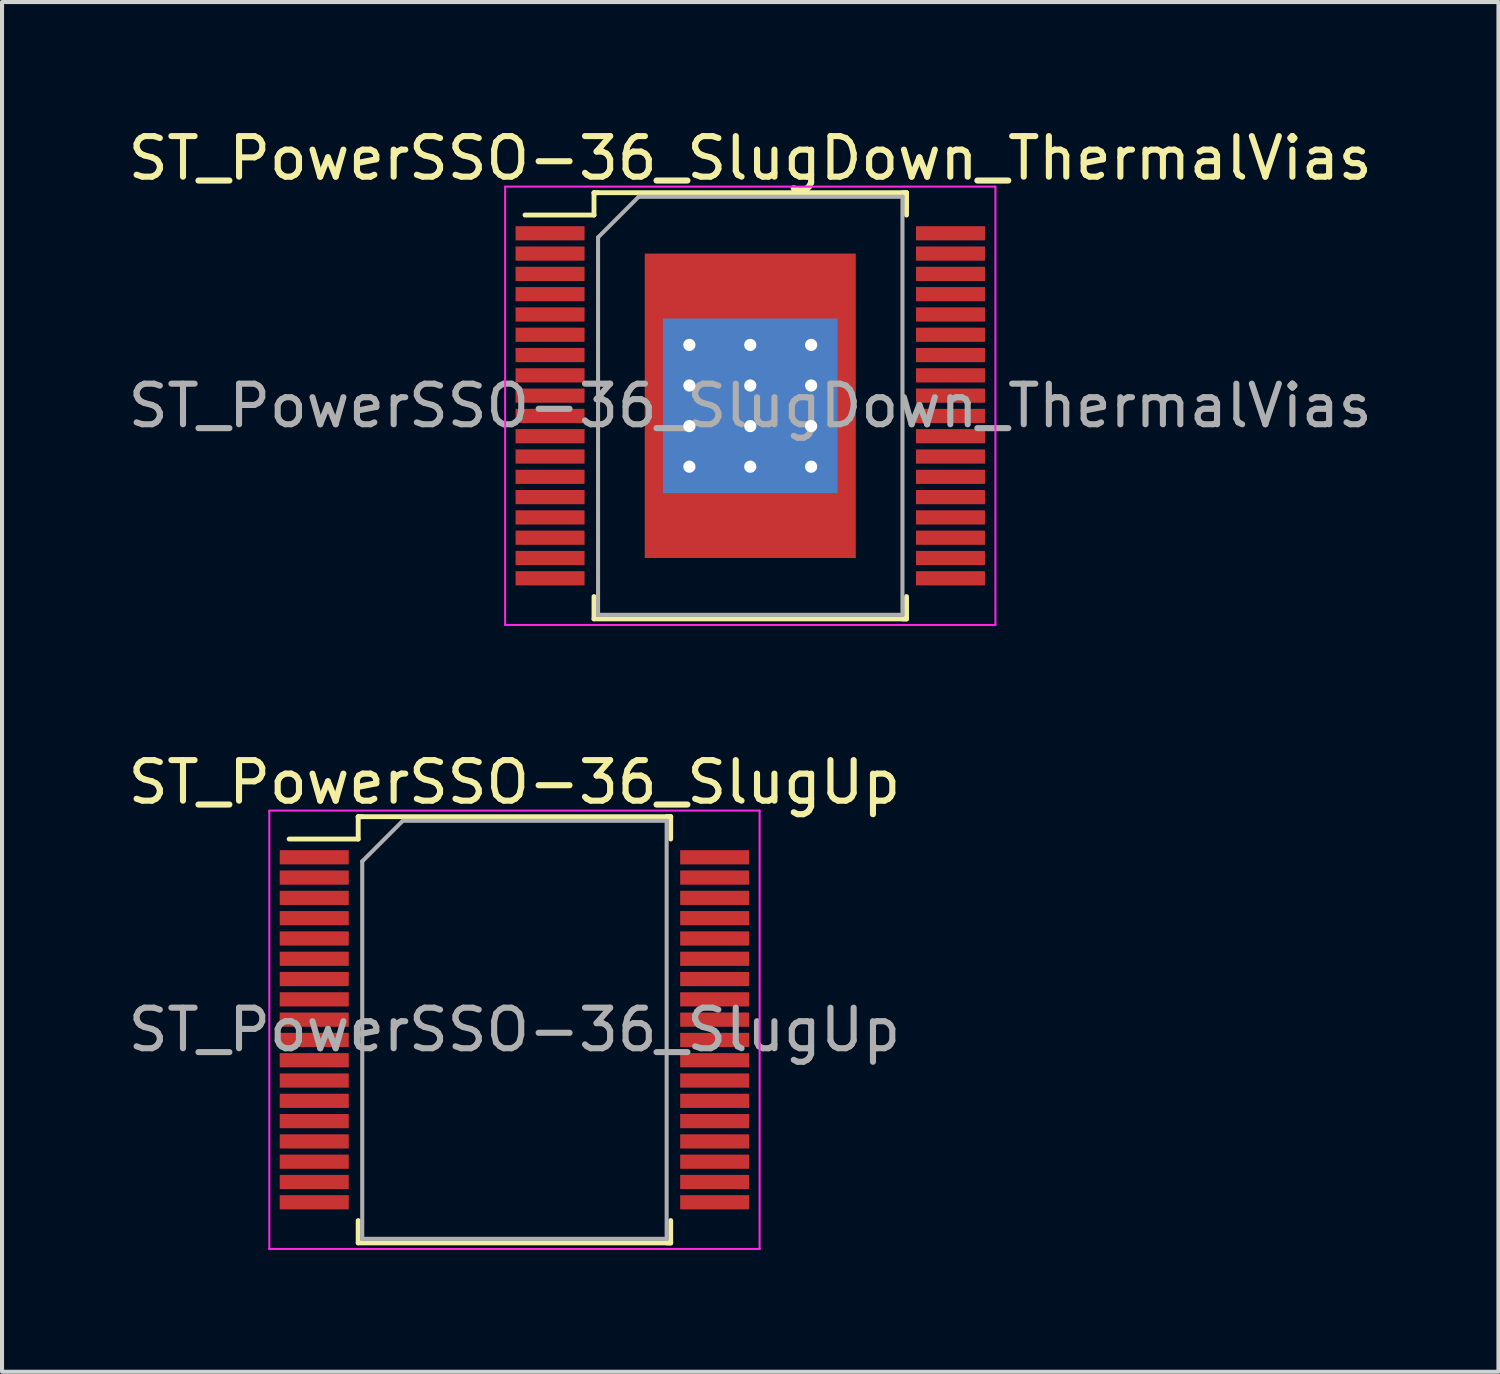
<source format=kicad_pcb>
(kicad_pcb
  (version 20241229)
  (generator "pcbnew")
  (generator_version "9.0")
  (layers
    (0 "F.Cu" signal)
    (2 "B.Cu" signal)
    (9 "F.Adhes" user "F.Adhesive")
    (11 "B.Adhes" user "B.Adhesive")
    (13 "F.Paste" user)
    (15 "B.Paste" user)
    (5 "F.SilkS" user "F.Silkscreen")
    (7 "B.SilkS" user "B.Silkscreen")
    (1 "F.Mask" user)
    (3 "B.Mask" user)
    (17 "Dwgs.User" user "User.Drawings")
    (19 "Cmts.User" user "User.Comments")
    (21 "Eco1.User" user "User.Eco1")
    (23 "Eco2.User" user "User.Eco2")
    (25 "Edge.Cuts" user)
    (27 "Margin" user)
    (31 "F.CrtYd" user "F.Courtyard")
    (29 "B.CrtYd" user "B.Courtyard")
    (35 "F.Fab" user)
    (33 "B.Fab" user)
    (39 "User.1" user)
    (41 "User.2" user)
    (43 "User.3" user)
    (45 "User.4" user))
  (footprint "ST_PowerSSO-36_SlugDown_ThermalVias"
    (layer "F.Cu")
    (at 15.435 6.948)
    (property "Reference" "ST_PowerSSO-36_SlugDown_ThermalVias" (at 0 -6.1 0) (layer "F.SilkS") (effects (font (size 1 1) (thickness 0.15))))
    (attr smd)
    (fp_line (start -3.85 -5.25) (end -3.85 -4.7) (stroke (width 0.12) (type solid)) (layer "F.SilkS"))
    (fp_line (start -3.85 -4.7) (end -5.55 -4.7) (stroke (width 0.12) (type solid)) (layer "F.SilkS"))
    (fp_line (start -3.85 5.25) (end -3.85 4.7) (stroke (width 0.12) (type solid)) (layer "F.SilkS"))
    (fp_line (start -3.75 -5.25) (end -3.85 -5.25) (stroke (width 0.12) (type solid)) (layer "F.SilkS"))
    (fp_line (start 3.75 -5.25) (end 3.85 -5.25) (stroke (width 0.12) (type solid)) (layer "F.SilkS"))
    (fp_line (start 3.75 5.25) (end 3.85 5.25) (stroke (width 0.12) (type solid)) (layer "F.SilkS"))
    (fp_line (start 3.85 -5.25) (end -3.85 -5.25) (stroke (width 0.12) (type solid)) (layer "F.SilkS"))
    (fp_line (start 3.85 -5.25) (end 3.85 -4.7) (stroke (width 0.12) (type solid)) (layer "F.SilkS"))
    (fp_line (start 3.85 5.25) (end -3.85 5.25) (stroke (width 0.12) (type solid)) (layer "F.SilkS"))
    (fp_line (start 3.85 5.25) (end 3.85 4.7) (stroke (width 0.12) (type solid)) (layer "F.SilkS"))
    (fp_line (start -6.04 -5.4) (end -6.04 5.4) (stroke (width 0.05) (type solid)) (layer "F.CrtYd"))
    (fp_line (start -6.04 -5.4) (end 6.04 -5.4) (stroke (width 0.05) (type solid)) (layer "F.CrtYd"))
    (fp_line (start 6.04 5.4) (end -6.04 5.4) (stroke (width 0.05) (type solid)) (layer "F.CrtYd"))
    (fp_line (start 6.04 5.4) (end 6.04 -5.4) (stroke (width 0.05) (type solid)) (layer "F.CrtYd"))
    (fp_line (start -3.75 -4.15) (end -3.75 5.15) (stroke (width 0.1) (type solid)) (layer "F.Fab"))
    (fp_line (start -3.75 5.15) (end 3.75 5.15) (stroke (width 0.1) (type solid)) (layer "F.Fab"))
    (fp_line (start -2.75 -5.15) (end -3.75 -4.15) (stroke (width 0.1) (type solid)) (layer "F.Fab"))
    (fp_line (start 3.75 -5.15) (end -2.75 -5.15) (stroke (width 0.1) (type solid)) (layer "F.Fab"))
    (fp_line (start 3.75 5.15) (end 3.75 -5.15) (stroke (width 0.1) (type solid)) (layer "F.Fab"))
    (fp_text user "${REFERENCE}" (at 0 0 0) (layer "F.Fab") (effects (font (size 1 1) (thickness 0.15))))
    (pad "1" smd rect (at -4.933 -4.25) (size 1.7 0.35) (layers "F.Cu" "F.Mask" "F.Paste"))
    (pad "2" smd rect (at -4.933 -3.75) (size 1.7 0.35) (layers "F.Cu" "F.Mask" "F.Paste"))
    (pad "3" smd rect (at -4.933 -3.25) (size 1.7 0.35) (layers "F.Cu" "F.Mask" "F.Paste"))
    (pad "4" smd rect (at -4.933 -2.75) (size 1.7 0.35) (layers "F.Cu" "F.Mask" "F.Paste"))
    (pad "5" smd rect (at -4.933 -2.25) (size 1.7 0.35) (layers "F.Cu" "F.Mask" "F.Paste"))
    (pad "6" smd rect (at -4.933 -1.75) (size 1.7 0.35) (layers "F.Cu" "F.Mask" "F.Paste"))
    (pad "7" smd rect (at -4.933 -1.25) (size 1.7 0.35) (layers "F.Cu" "F.Mask" "F.Paste"))
    (pad "8" smd rect (at -4.933 -0.75) (size 1.7 0.35) (layers "F.Cu" "F.Mask" "F.Paste"))
    (pad "9" smd rect (at -4.933 -0.25) (size 1.7 0.35) (layers "F.Cu" "F.Mask" "F.Paste"))
    (pad "10" smd rect (at -4.933 0.25) (size 1.7 0.35) (layers "F.Cu" "F.Mask" "F.Paste"))
    (pad "11" smd rect (at -4.933 0.75) (size 1.7 0.35) (layers "F.Cu" "F.Mask" "F.Paste"))
    (pad "12" smd rect (at -4.933 1.25) (size 1.7 0.35) (layers "F.Cu" "F.Mask" "F.Paste"))
    (pad "13" smd rect (at -4.933 1.75) (size 1.7 0.35) (layers "F.Cu" "F.Mask" "F.Paste"))
    (pad "14" smd rect (at -4.933 2.25) (size 1.7 0.35) (layers "F.Cu" "F.Mask" "F.Paste"))
    (pad "15" smd rect (at -4.933 2.75) (size 1.7 0.35) (layers "F.Cu" "F.Mask" "F.Paste"))
    (pad "16" smd rect (at -4.933 3.25) (size 1.7 0.35) (layers "F.Cu" "F.Mask" "F.Paste"))
    (pad "17" smd rect (at -4.933 3.75) (size 1.7 0.35) (layers "F.Cu" "F.Mask" "F.Paste"))
    (pad "18" smd rect (at -4.933 4.25) (size 1.7 0.35) (layers "F.Cu" "F.Mask" "F.Paste"))
    (pad "19" smd rect (at 4.933 4.25) (size 1.7 0.35) (layers "F.Cu" "F.Mask" "F.Paste"))
    (pad "20" smd rect (at 4.933 3.75) (size 1.7 0.35) (layers "F.Cu" "F.Mask" "F.Paste"))
    (pad "21" smd rect (at 4.933 3.25) (size 1.7 0.35) (layers "F.Cu" "F.Mask" "F.Paste"))
    (pad "22" smd rect (at 4.933 2.75) (size 1.7 0.35) (layers "F.Cu" "F.Mask" "F.Paste"))
    (pad "23" smd rect (at 4.933 2.25) (size 1.7 0.35) (layers "F.Cu" "F.Mask" "F.Paste"))
    (pad "24" smd rect (at 4.933 1.75) (size 1.7 0.35) (layers "F.Cu" "F.Mask" "F.Paste"))
    (pad "25" smd rect (at 4.933 1.25) (size 1.7 0.35) (layers "F.Cu" "F.Mask" "F.Paste"))
    (pad "26" smd rect (at 4.933 0.75) (size 1.7 0.35) (layers "F.Cu" "F.Mask" "F.Paste"))
    (pad "27" smd rect (at 4.933 0.25) (size 1.7 0.35) (layers "F.Cu" "F.Mask" "F.Paste"))
    (pad "28" smd rect (at 4.933 -0.25) (size 1.7 0.35) (layers "F.Cu" "F.Mask" "F.Paste"))
    (pad "29" smd rect (at 4.933 -0.75) (size 1.7 0.35) (layers "F.Cu" "F.Mask" "F.Paste"))
    (pad "30" smd rect (at 4.933 -1.25) (size 1.7 0.35) (layers "F.Cu" "F.Mask" "F.Paste"))
    (pad "31" smd rect (at 4.933 -1.75) (size 1.7 0.35) (layers "F.Cu" "F.Mask" "F.Paste"))
    (pad "32" smd rect (at 4.933 -2.25) (size 1.7 0.35) (layers "F.Cu" "F.Mask" "F.Paste"))
    (pad "33" smd rect (at 4.933 -2.75) (size 1.7 0.35) (layers "F.Cu" "F.Mask" "F.Paste"))
    (pad "34" smd rect (at 4.933 -3.25) (size 1.7 0.35) (layers "F.Cu" "F.Mask" "F.Paste"))
    (pad "35" smd rect (at 4.933 -3.75) (size 1.7 0.35) (layers "F.Cu" "F.Mask" "F.Paste"))
    (pad "36" smd rect (at 4.933 -4.25) (size 1.7 0.35) (layers "F.Cu" "F.Mask" "F.Paste"))
    (pad "37" thru_hole circle (at -1.5 -1.5) (size 0.6 0.6) (drill 0.3) (layers "*.Cu"))
    (pad "37" thru_hole circle (at -1.5 -0.5) (size 0.6 0.6) (drill 0.3) (layers "*.Cu"))
    (pad "37" thru_hole circle (at -1.5 0.5) (size 0.6 0.6) (drill 0.3) (layers "*.Cu"))
    (pad "37" thru_hole circle (at -1.5 1.5) (size 0.6 0.6) (drill 0.3) (layers "*.Cu"))
    (pad "37" thru_hole circle (at 0 -1.5) (size 0.6 0.6) (drill 0.3) (layers "*.Cu"))
    (pad "37" thru_hole circle (at 0 -0.5) (size 0.6 0.6) (drill 0.3) (layers "*.Cu"))
    (pad "37" smd rect (at 0 0) (size 4.3 4.3) (layers "B.Cu"))
    (pad "37" smd rect (at 0 0) (size 5.2 7.5) (layers "F.Cu" "F.Mask" "F.Paste"))
    (pad "37" thru_hole circle (at 0 0.5) (size 0.6 0.6) (drill 0.3) (layers "*.Cu"))
    (pad "37" thru_hole circle (at 0 1.5) (size 0.6 0.6) (drill 0.3) (layers "*.Cu"))
    (pad "37" thru_hole circle (at 1.5 -1.5) (size 0.6 0.6) (drill 0.3) (layers "*.Cu"))
    (pad "37" thru_hole circle (at 1.5 -0.5) (size 0.6 0.6) (drill 0.3) (layers "*.Cu"))
    (pad "37" thru_hole circle (at 1.5 0.5) (size 0.6 0.6) (drill 0.3) (layers "*.Cu"))
    (pad "37" thru_hole circle (at 1.5 1.5) (size 0.6 0.6) (drill 0.3) (layers "*.Cu")))
  (footprint "ST_PowerSSO-36_SlugUp"
    (layer "F.Cu")
    (at 9.625 22.322)
    (property "Reference" "ST_PowerSSO-36_SlugUp" (at 0 -6.1 0) (layer "F.SilkS") (effects (font (size 1 1) (thickness 0.15))))
    (attr smd)
    (fp_line (start -3.85 -5.25) (end -3.85 -4.7) (stroke (width 0.12) (type solid)) (layer "F.SilkS"))
    (fp_line (start -3.85 -4.7) (end -5.55 -4.7) (stroke (width 0.12) (type solid)) (layer "F.SilkS"))
    (fp_line (start -3.85 5.25) (end -3.85 4.7) (stroke (width 0.12) (type solid)) (layer "F.SilkS"))
    (fp_line (start -3.75 -5.25) (end -3.85 -5.25) (stroke (width 0.12) (type solid)) (layer "F.SilkS"))
    (fp_line (start 3.75 -5.25) (end 3.85 -5.25) (stroke (width 0.12) (type solid)) (layer "F.SilkS"))
    (fp_line (start 3.75 5.25) (end 3.85 5.25) (stroke (width 0.12) (type solid)) (layer "F.SilkS"))
    (fp_line (start 3.85 -5.25) (end -3.85 -5.25) (stroke (width 0.12) (type solid)) (layer "F.SilkS"))
    (fp_line (start 3.85 -5.25) (end 3.85 -4.7) (stroke (width 0.12) (type solid)) (layer "F.SilkS"))
    (fp_line (start 3.85 5.25) (end -3.85 5.25) (stroke (width 0.12) (type solid)) (layer "F.SilkS"))
    (fp_line (start 3.85 5.25) (end 3.85 4.7) (stroke (width 0.12) (type solid)) (layer "F.SilkS"))
    (fp_line (start -6.04 -5.4) (end -6.04 5.4) (stroke (width 0.05) (type solid)) (layer "F.CrtYd"))
    (fp_line (start -6.04 -5.4) (end 6.04 -5.4) (stroke (width 0.05) (type solid)) (layer "F.CrtYd"))
    (fp_line (start 6.04 5.4) (end -6.04 5.4) (stroke (width 0.05) (type solid)) (layer "F.CrtYd"))
    (fp_line (start 6.04 5.4) (end 6.04 -5.4) (stroke (width 0.05) (type solid)) (layer "F.CrtYd"))
    (fp_line (start -3.75 -4.15) (end -3.75 5.15) (stroke (width 0.1) (type solid)) (layer "F.Fab"))
    (fp_line (start -3.75 5.15) (end 3.75 5.15) (stroke (width 0.1) (type solid)) (layer "F.Fab"))
    (fp_line (start -2.75 -5.15) (end -3.75 -4.15) (stroke (width 0.1) (type solid)) (layer "F.Fab"))
    (fp_line (start 3.75 -5.15) (end -2.75 -5.15) (stroke (width 0.1) (type solid)) (layer "F.Fab"))
    (fp_line (start 3.75 5.15) (end 3.75 -5.15) (stroke (width 0.1) (type solid)) (layer "F.Fab"))
    (fp_text user "${REFERENCE}" (at 0 0 0) (layer "F.Fab") (effects (font (size 1 1) (thickness 0.15))))
    (pad "1" smd rect (at -4.933 -4.25) (size 1.7 0.35) (layers "F.Cu" "F.Mask" "F.Paste"))
    (pad "2" smd rect (at -4.933 -3.75) (size 1.7 0.35) (layers "F.Cu" "F.Mask" "F.Paste"))
    (pad "3" smd rect (at -4.933 -3.25) (size 1.7 0.35) (layers "F.Cu" "F.Mask" "F.Paste"))
    (pad "4" smd rect (at -4.933 -2.75) (size 1.7 0.35) (layers "F.Cu" "F.Mask" "F.Paste"))
    (pad "5" smd rect (at -4.933 -2.25) (size 1.7 0.35) (layers "F.Cu" "F.Mask" "F.Paste"))
    (pad "6" smd rect (at -4.933 -1.75) (size 1.7 0.35) (layers "F.Cu" "F.Mask" "F.Paste"))
    (pad "7" smd rect (at -4.933 -1.25) (size 1.7 0.35) (layers "F.Cu" "F.Mask" "F.Paste"))
    (pad "8" smd rect (at -4.933 -0.75) (size 1.7 0.35) (layers "F.Cu" "F.Mask" "F.Paste"))
    (pad "9" smd rect (at -4.933 -0.25) (size 1.7 0.35) (layers "F.Cu" "F.Mask" "F.Paste"))
    (pad "10" smd rect (at -4.933 0.25) (size 1.7 0.35) (layers "F.Cu" "F.Mask" "F.Paste"))
    (pad "11" smd rect (at -4.933 0.75) (size 1.7 0.35) (layers "F.Cu" "F.Mask" "F.Paste"))
    (pad "12" smd rect (at -4.933 1.25) (size 1.7 0.35) (layers "F.Cu" "F.Mask" "F.Paste"))
    (pad "13" smd rect (at -4.933 1.75) (size 1.7 0.35) (layers "F.Cu" "F.Mask" "F.Paste"))
    (pad "14" smd rect (at -4.933 2.25) (size 1.7 0.35) (layers "F.Cu" "F.Mask" "F.Paste"))
    (pad "15" smd rect (at -4.933 2.75) (size 1.7 0.35) (layers "F.Cu" "F.Mask" "F.Paste"))
    (pad "16" smd rect (at -4.933 3.25) (size 1.7 0.35) (layers "F.Cu" "F.Mask" "F.Paste"))
    (pad "17" smd rect (at -4.933 3.75) (size 1.7 0.35) (layers "F.Cu" "F.Mask" "F.Paste"))
    (pad "18" smd rect (at -4.933 4.25) (size 1.7 0.35) (layers "F.Cu" "F.Mask" "F.Paste"))
    (pad "19" smd rect (at 4.933 4.25) (size 1.7 0.35) (layers "F.Cu" "F.Mask" "F.Paste"))
    (pad "20" smd rect (at 4.933 3.75) (size 1.7 0.35) (layers "F.Cu" "F.Mask" "F.Paste"))
    (pad "21" smd rect (at 4.933 3.25) (size 1.7 0.35) (layers "F.Cu" "F.Mask" "F.Paste"))
    (pad "22" smd rect (at 4.933 2.75) (size 1.7 0.35) (layers "F.Cu" "F.Mask" "F.Paste"))
    (pad "23" smd rect (at 4.933 2.25) (size 1.7 0.35) (layers "F.Cu" "F.Mask" "F.Paste"))
    (pad "24" smd rect (at 4.933 1.75) (size 1.7 0.35) (layers "F.Cu" "F.Mask" "F.Paste"))
    (pad "25" smd rect (at 4.933 1.25) (size 1.7 0.35) (layers "F.Cu" "F.Mask" "F.Paste"))
    (pad "26" smd rect (at 4.933 0.75) (size 1.7 0.35) (layers "F.Cu" "F.Mask" "F.Paste"))
    (pad "27" smd rect (at 4.933 0.25) (size 1.7 0.35) (layers "F.Cu" "F.Mask" "F.Paste"))
    (pad "28" smd rect (at 4.933 -0.25) (size 1.7 0.35) (layers "F.Cu" "F.Mask" "F.Paste"))
    (pad "29" smd rect (at 4.933 -0.75) (size 1.7 0.35) (layers "F.Cu" "F.Mask" "F.Paste"))
    (pad "30" smd rect (at 4.933 -1.25) (size 1.7 0.35) (layers "F.Cu" "F.Mask" "F.Paste"))
    (pad "31" smd rect (at 4.933 -1.75) (size 1.7 0.35) (layers "F.Cu" "F.Mask" "F.Paste"))
    (pad "32" smd rect (at 4.933 -2.25) (size 1.7 0.35) (layers "F.Cu" "F.Mask" "F.Paste"))
    (pad "33" smd rect (at 4.933 -2.75) (size 1.7 0.35) (layers "F.Cu" "F.Mask" "F.Paste"))
    (pad "34" smd rect (at 4.933 -3.25) (size 1.7 0.35) (layers "F.Cu" "F.Mask" "F.Paste"))
    (pad "35" smd rect (at 4.933 -3.75) (size 1.7 0.35) (layers "F.Cu" "F.Mask" "F.Paste"))
    (pad "36" smd rect (at 4.933 -4.25) (size 1.7 0.35) (layers "F.Cu" "F.Mask" "F.Paste")))
  (gr_rect
    (start -3 -3)
    (end 33.869 30.747)
    (stroke (width 0.1) (type default))
    (fill no)
    (layer "Edge.Cuts")))
</source>
